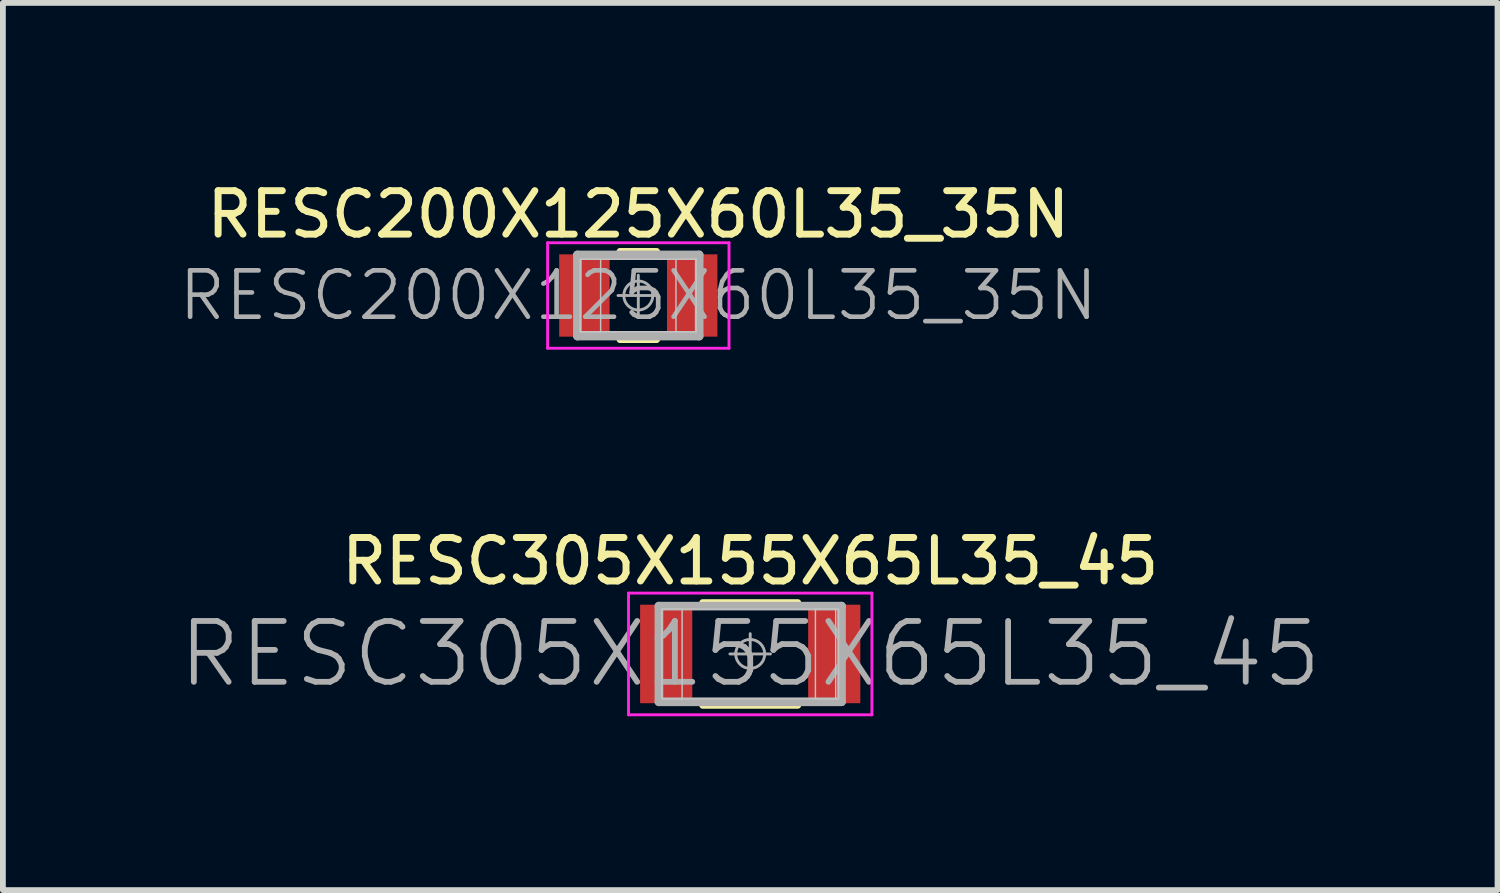
<source format=kicad_pcb>
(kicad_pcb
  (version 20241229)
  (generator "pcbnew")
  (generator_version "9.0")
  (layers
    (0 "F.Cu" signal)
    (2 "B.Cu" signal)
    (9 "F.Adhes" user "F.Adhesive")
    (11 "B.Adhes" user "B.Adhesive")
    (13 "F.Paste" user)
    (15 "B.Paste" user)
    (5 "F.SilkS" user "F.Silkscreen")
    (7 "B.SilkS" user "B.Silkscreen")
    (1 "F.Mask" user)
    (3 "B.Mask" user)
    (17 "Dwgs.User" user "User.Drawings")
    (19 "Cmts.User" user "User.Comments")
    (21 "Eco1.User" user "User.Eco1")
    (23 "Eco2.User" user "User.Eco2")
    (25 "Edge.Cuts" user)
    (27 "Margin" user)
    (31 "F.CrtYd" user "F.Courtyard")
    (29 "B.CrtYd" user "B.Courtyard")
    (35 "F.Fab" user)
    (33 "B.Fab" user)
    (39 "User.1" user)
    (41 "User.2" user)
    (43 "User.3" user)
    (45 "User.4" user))
  (footprint "RESC305X155X65L35_45"
    (layer "F.Cu")
    (at 9.895 8.234)
    (property "Reference" "RESC305X155X65L35_45" (at 0 -1.6 0) (layer "F.SilkS") (effects (font (size 0.75 0.75) (thickness 0.12))))
    (attr smd)
    (fp_line (start -0.82 -0.885) (end 0.82 -0.885) (stroke (width 0.12) (type solid)) (layer "F.SilkS"))
    (fp_line (start -0.82 0.885) (end 0.82 0.885) (stroke (width 0.12) (type solid)) (layer "F.SilkS"))
    (fp_line (start -1.525 -0.775) (end -1.175 -0.775) (stroke (width 0.025) (type solid)) (layer "Dwgs.User"))
    (fp_line (start -1.525 -0.775) (end 1.525 -0.775) (stroke (width 0.025) (type solid)) (layer "Dwgs.User"))
    (fp_line (start -1.525 0.775) (end -1.525 -0.775) (stroke (width 0.025) (type solid)) (layer "Dwgs.User"))
    (fp_line (start -1.525 0.775) (end -1.525 -0.775) (stroke (width 0.025) (type solid)) (layer "Dwgs.User"))
    (fp_line (start -1.175 -0.775) (end -1.175 0.775) (stroke (width 0.025) (type solid)) (layer "Dwgs.User"))
    (fp_line (start -1.175 0.775) (end -1.525 0.775) (stroke (width 0.025) (type solid)) (layer "Dwgs.User"))
    (fp_line (start 1.125 -0.775) (end 1.475 -0.775) (stroke (width 0.025) (type solid)) (layer "Dwgs.User"))
    (fp_line (start 1.125 0.775) (end 1.125 -0.775) (stroke (width 0.025) (type solid)) (layer "Dwgs.User"))
    (fp_line (start 1.475 -0.775) (end 1.475 0.775) (stroke (width 0.025) (type solid)) (layer "Dwgs.User"))
    (fp_line (start 1.475 0.775) (end 1.125 0.775) (stroke (width 0.025) (type solid)) (layer "Dwgs.User"))
    (fp_line (start 1.525 -0.775) (end 1.525 0.775) (stroke (width 0.025) (type solid)) (layer "Dwgs.User"))
    (fp_line (start 1.525 0.775) (end -1.525 0.775) (stroke (width 0.025) (type solid)) (layer "Dwgs.User"))
    (fp_line (start -2.1 -1.05) (end 2.1 -1.05) (stroke (width 0.05) (type solid)) (layer "F.CrtYd"))
    (fp_line (start -2.1 1.05) (end -2.1 -1.05) (stroke (width 0.05) (type solid)) (layer "F.CrtYd"))
    (fp_line (start 2.1 -1.05) (end 2.1 1.05) (stroke (width 0.05) (type solid)) (layer "F.CrtYd"))
    (fp_line (start 2.1 1.05) (end -2.1 1.05) (stroke (width 0.05) (type solid)) (layer "F.CrtYd"))
    (fp_line (start -1.575 -0.825) (end 1.575 -0.825) (stroke (width 0.15) (type solid)) (layer "F.Fab"))
    (fp_line (start -1.575 0.825) (end -1.575 -0.825) (stroke (width 0.15) (type solid)) (layer "F.Fab"))
    (fp_line (start 0 -0.35) (end 0 0.35) (stroke (width 0.05) (type solid)) (layer "F.Fab"))
    (fp_line (start 0.35 0) (end -0.35 0) (stroke (width 0.05) (type solid)) (layer "F.Fab"))
    (fp_line (start 1.575 -0.825) (end 1.575 0.825) (stroke (width 0.15) (type solid)) (layer "F.Fab"))
    (fp_line (start 1.575 0.825) (end -1.575 0.825) (stroke (width 0.15) (type solid)) (layer "F.Fab"))
    (fp_circle (center 0 0) (end 0.25 0) (stroke (width 0.05) (type solid)) (fill no) (layer "F.Fab"))
    (fp_text user "${REFERENCE}" (at 0 0 0) (layer "F.Fab") (effects (font (size 1.05 1.05) (thickness 0.1))))
    (pad "1" smd rect (at -1.45 0) (size 0.9 1.7) (layers "F.Cu" "F.Mask" "F.Paste"))
    (pad "2" smd rect (at 1.45 0) (size 0.9 1.7) (layers "F.Cu" "F.Mask" "F.Paste")))
  (footprint "RESC200X125X60L35_35N"
    (layer "F.Cu")
    (at 7.964 2.049)
    (property "Reference" "RESC200X125X60L35_35N" (at 0 -1.4 0) (layer "F.SilkS") (effects (font (size 0.75 0.75) (thickness 0.12))))
    (attr smd)
    (fp_line (start -0.315 -0.76) (end 0.315 -0.76) (stroke (width 0.12) (type solid)) (layer "F.SilkS"))
    (fp_line (start -0.315 0.76) (end 0.315 0.76) (stroke (width 0.12) (type solid)) (layer "F.SilkS"))
    (fp_line (start -1 -0.625) (end -0.65 -0.625) (stroke (width 0.025) (type solid)) (layer "Dwgs.User"))
    (fp_line (start -1 -0.625) (end 1 -0.625) (stroke (width 0.025) (type solid)) (layer "Dwgs.User"))
    (fp_line (start -1 0.625) (end -1 -0.625) (stroke (width 0.025) (type solid)) (layer "Dwgs.User"))
    (fp_line (start -1 0.625) (end -1 -0.625) (stroke (width 0.025) (type solid)) (layer "Dwgs.User"))
    (fp_line (start -0.65 -0.625) (end -0.65 0.625) (stroke (width 0.025) (type solid)) (layer "Dwgs.User"))
    (fp_line (start -0.65 0.625) (end -1 0.625) (stroke (width 0.025) (type solid)) (layer "Dwgs.User"))
    (fp_line (start 0.65 -0.625) (end 1 -0.625) (stroke (width 0.025) (type solid)) (layer "Dwgs.User"))
    (fp_line (start 0.65 0.625) (end 0.65 -0.625) (stroke (width 0.025) (type solid)) (layer "Dwgs.User"))
    (fp_line (start 1 -0.625) (end 1 0.625) (stroke (width 0.025) (type solid)) (layer "Dwgs.User"))
    (fp_line (start 1 -0.625) (end 1 0.625) (stroke (width 0.025) (type solid)) (layer "Dwgs.User"))
    (fp_line (start 1 0.625) (end -1 0.625) (stroke (width 0.025) (type solid)) (layer "Dwgs.User"))
    (fp_line (start 1 0.625) (end 0.65 0.625) (stroke (width 0.025) (type solid)) (layer "Dwgs.User"))
    (fp_line (start -1.565 -0.91) (end 1.565 -0.91) (stroke (width 0.05) (type solid)) (layer "F.CrtYd"))
    (fp_line (start -1.565 0.91) (end -1.565 -0.91) (stroke (width 0.05) (type solid)) (layer "F.CrtYd"))
    (fp_line (start 1.565 -0.91) (end 1.565 0.91) (stroke (width 0.05) (type solid)) (layer "F.CrtYd"))
    (fp_line (start 1.565 0.91) (end -1.565 0.91) (stroke (width 0.05) (type solid)) (layer "F.CrtYd"))
    (fp_line (start -1.05 -0.7) (end 1.05 -0.7) (stroke (width 0.15) (type solid)) (layer "F.Fab"))
    (fp_line (start -1.05 0.7) (end -1.05 -0.7) (stroke (width 0.15) (type solid)) (layer "F.Fab"))
    (fp_line (start 0 -0.35) (end 0 0.35) (stroke (width 0.05) (type solid)) (layer "F.Fab"))
    (fp_line (start 0.35 0) (end -0.35 0) (stroke (width 0.05) (type solid)) (layer "F.Fab"))
    (fp_line (start 1.05 -0.7) (end 1.05 0.7) (stroke (width 0.15) (type solid)) (layer "F.Fab"))
    (fp_line (start 1.05 0.7) (end -1.05 0.7) (stroke (width 0.15) (type solid)) (layer "F.Fab"))
    (fp_circle (center 0 0) (end 0.25 0) (stroke (width 0.05) (type solid)) (fill no) (layer "F.Fab"))
    (fp_text user "${REFERENCE}" (at 0 0 0) (layer "F.Fab") (effects (font (size 0.8 0.8) (thickness 0.08))))
    (pad "1" smd rect (at -0.93 0) (size 0.87 1.42) (layers "F.Cu" "F.Mask" "F.Paste"))
    (pad "2" smd rect (at 0.93 0) (size 0.87 1.42) (layers "F.Cu" "F.Mask" "F.Paste")))
  (gr_rect
    (start -3 -3)
    (end 22.79 12.309)
    (stroke (width 0.1) (type default))
    (fill no)
    (layer "Edge.Cuts")))
</source>
